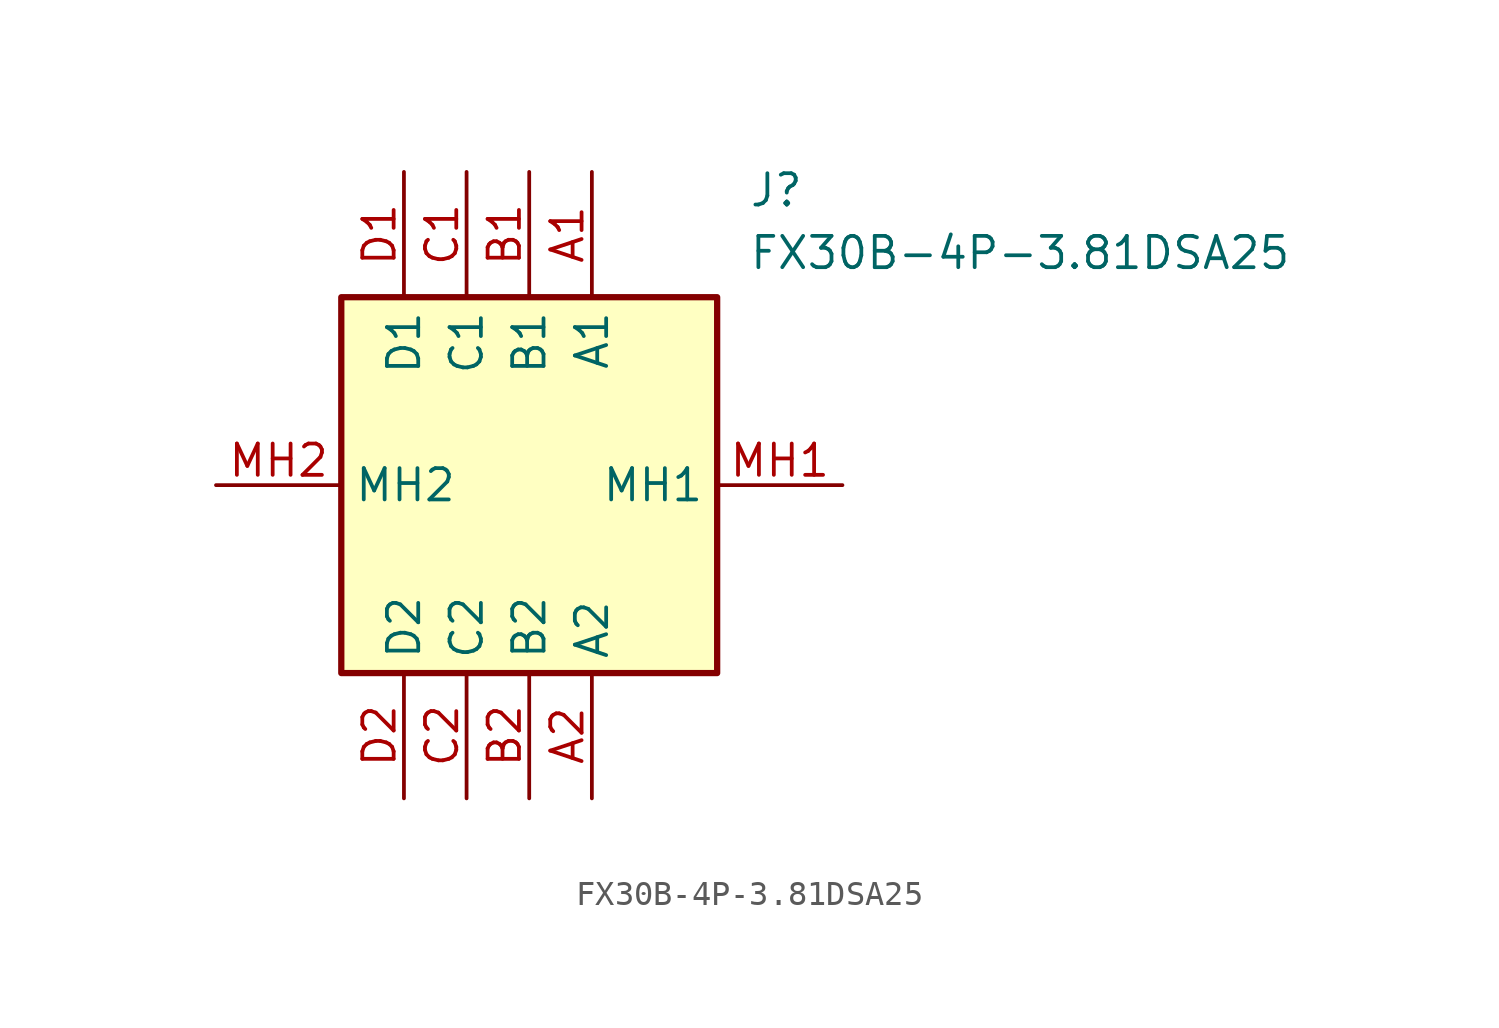
<source format=kicad_sym>
(kicad_symbol_lib
  (version 20220914)
  (generator kicad_symbol_editor)
  (symbol "FX30B-4P-3.81DSA25"
    (property "Reference" "J"
      (at 21.59 12.7 0)
      (effects (font (size 1.27 1.27)) (justify left top)))
    (property "Value" "FX30B-4P-3.81DSA25"
      (at 21.59 10.16 0)
      (effects (font (size 1.27 1.27)) (justify left top)))
    (symbol "FX30B-4P-3.81DSA25_1_1"
      (rectangle (start 5.08 7.62) (end 20.32 -7.62) (stroke (width 0.254) (type default)) (fill (type background)))
      (pin passive line (at 15.24 12.7 270) (length 5.08) (name "A1" (effects (font (size 1.27 1.27)))) (number "A1" (effects (font (size 1.27 1.27)))))
      (pin passive line (at 15.24 -12.7 90) (length 5.08) (name "A2" (effects (font (size 1.27 1.27)))) (number "A2" (effects (font (size 1.27 1.27)))))
      (pin passive line (at 12.7 12.7 270) (length 5.08) (name "B1" (effects (font (size 1.27 1.27)))) (number "B1" (effects (font (size 1.27 1.27)))))
      (pin passive line (at 12.7 -12.7 90) (length 5.08) (name "B2" (effects (font (size 1.27 1.27)))) (number "B2" (effects (font (size 1.27 1.27)))))
      (pin passive line (at 10.16 12.7 270) (length 5.08) (name "C1" (effects (font (size 1.27 1.27)))) (number "C1" (effects (font (size 1.27 1.27)))))
      (pin passive line (at 10.16 -12.7 90) (length 5.08) (name "C2" (effects (font (size 1.27 1.27)))) (number "C2" (effects (font (size 1.27 1.27)))))
      (pin passive line (at 7.62 12.7 270) (length 5.08) (name "D1" (effects (font (size 1.27 1.27)))) (number "D1" (effects (font (size 1.27 1.27)))))
      (pin passive line (at 7.62 -12.7 90) (length 5.08) (name "D2" (effects (font (size 1.27 1.27)))) (number "D2" (effects (font (size 1.27 1.27)))))
      (pin passive line (at 25.4 0 180) (length 5.08) (name "MH1" (effects (font (size 1.27 1.27)))) (number "MH1" (effects (font (size 1.27 1.27)))))
      (pin passive line (at 0 0 0) (length 5.08) (name "MH2" (effects (font (size 1.27 1.27)))) (number "MH2" (effects (font (size 1.27 1.27))))))))
</source>
